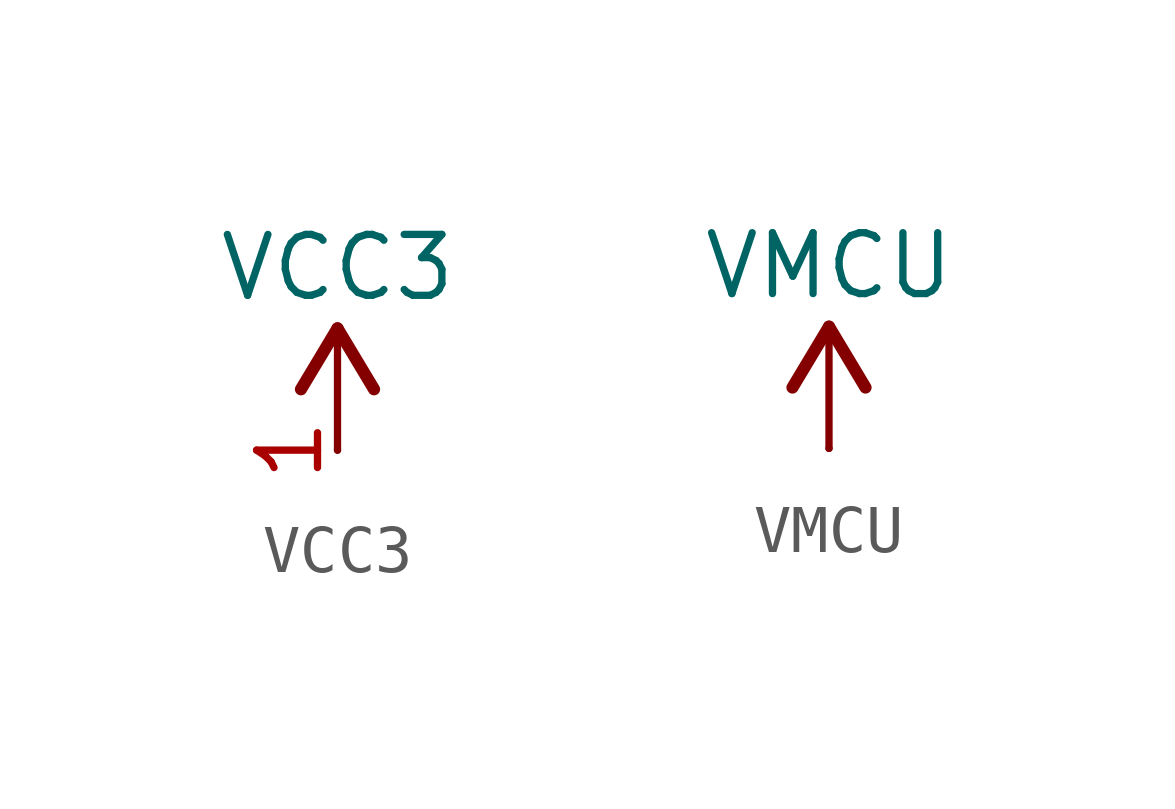
<source format=kicad_sym>
(kicad_symbol_lib
  (version 20231120)
  (generator "kicad_symbol_editor")
  (generator_version "8.0")
  (symbol "VCC3"
    (power)
    (pin_names
      (offset 0))
    (property "Reference" "#PWR"
      (at 0 -3.81 0)
      (effects (font (size 1.27 1.27)) (hide yes)))
    (property "Value" "VCC3"
      (at 0 3.81 0)
      (effects (font (size 1.27 1.27))))
    (symbol "VCC3_0_1"
      (polyline (pts (xy -0.762 1.27) (xy 0 2.54)) (stroke (width 0.254) (type default)) (fill (type none)))
      (polyline (pts (xy 0 0) (xy 0 2.54)) (stroke (width 0) (type default)) (fill (type none)))
      (polyline (pts (xy 0 2.54) (xy 0.762 1.27)) (stroke (width 0.254) (type default)) (fill (type none))))
    (symbol "VCC3_1_1"
      (pin power_in line (at 0 0 90) (length 0) (name "~" (effects (font (size 1.27 1.27)))) (number "1" (effects (font (size 1.27 1.27)))))))
  (symbol "VMCU"
    (power)
    (pin_numbers hide)
    (pin_names
      (offset 0) hide)
    (property "Reference" "#PWR"
      (at 0 -3.81 0)
      (effects (font (size 1.27 1.27)) (hide yes)))
    (property "Value" "VMCU"
      (at 0 3.81 0)
      (effects (font (size 1.27 1.27))))
    (symbol "VMCU_0_1"
      (polyline (pts (xy -0.762 1.27) (xy 0 2.54)) (stroke (width 0.254) (type default)) (fill (type none)))
      (polyline (pts (xy 0 0) (xy 0 2.54)) (stroke (width 0) (type default)) (fill (type none)))
      (polyline (pts (xy 0 2.54) (xy 0.762 1.27)) (stroke (width 0.254) (type default)) (fill (type none))))
    (symbol "VMCU_1_1"
      (pin power_in line (at 0 0 90) (length 0) (name "~" (effects (font (size 1.27 1.27)))) (number "1" (effects (font (size 1.27 1.27))))))))
</source>
